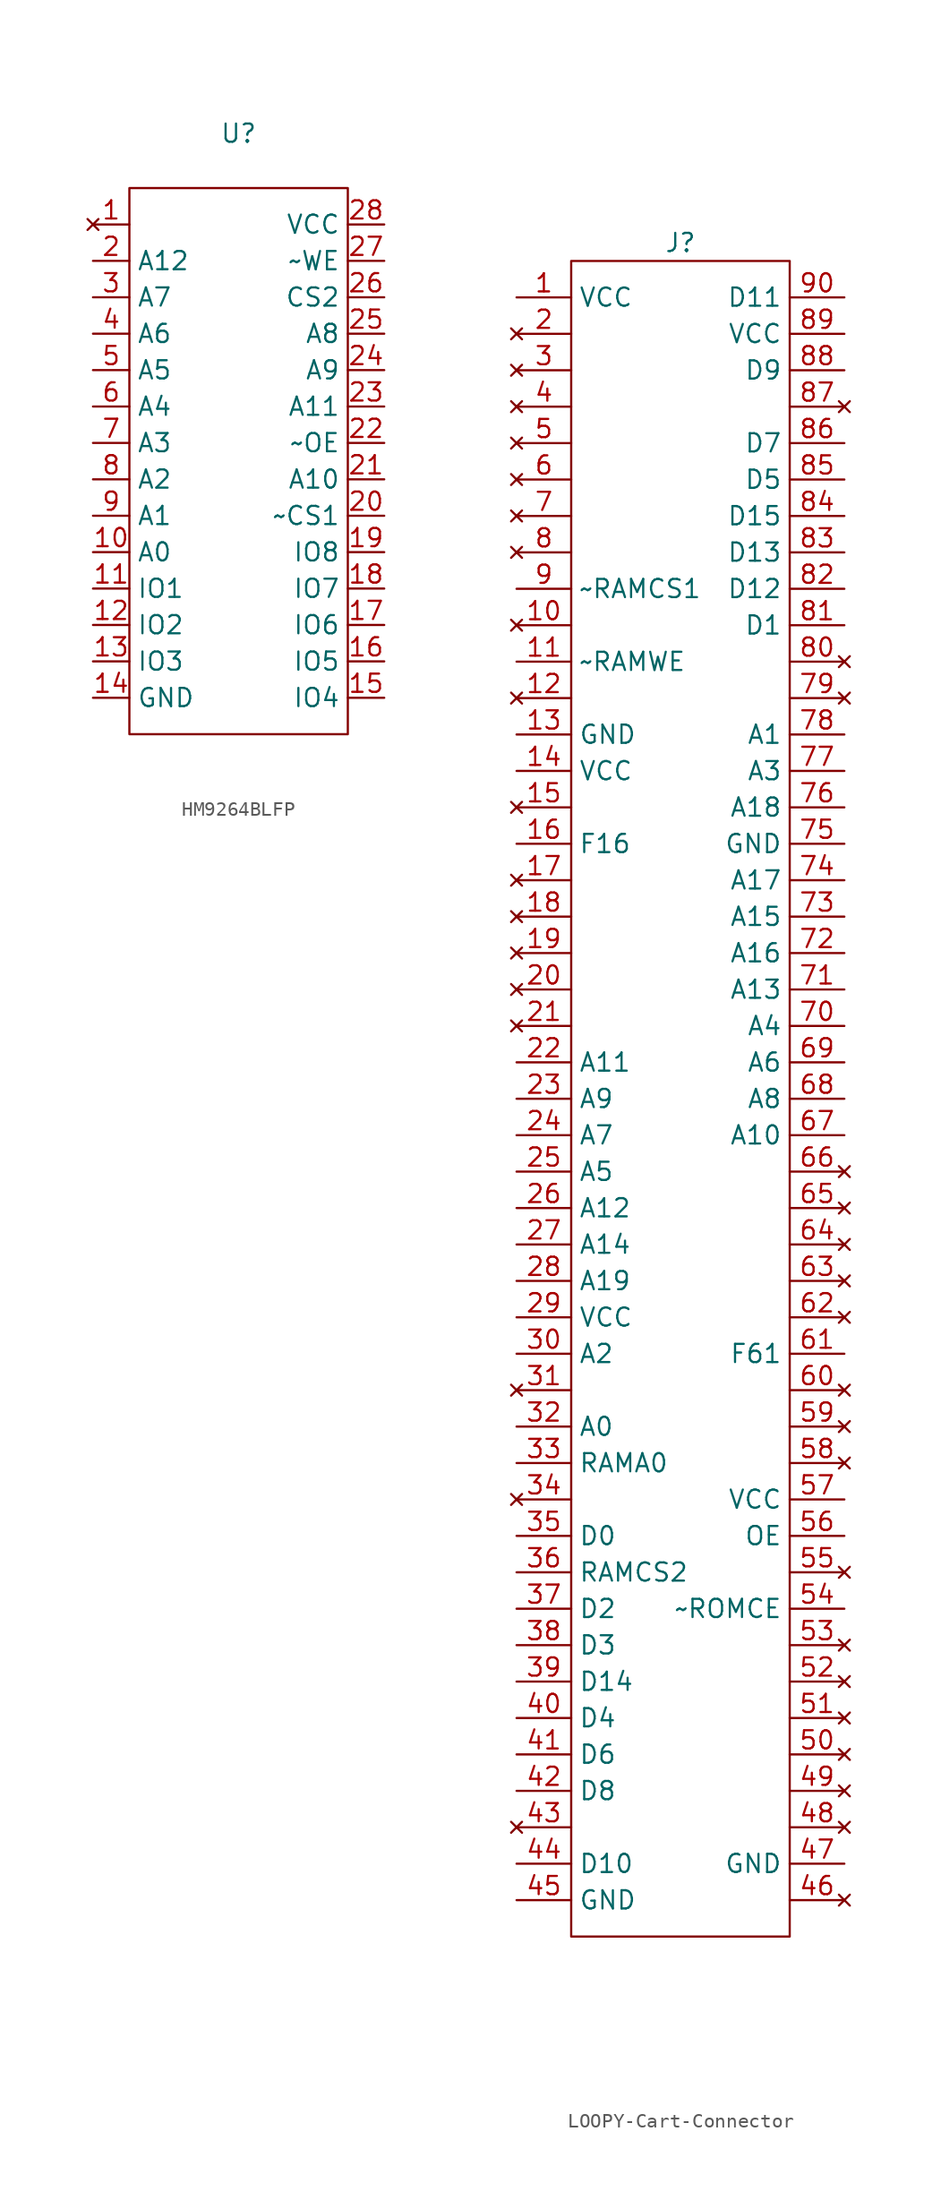
<source format=kicad_sym>
(kicad_symbol_lib
  (version 20220914)
  (generator kicad_symbol_editor)
  (symbol "HM9264BLFP"
    (property "Reference" "U"
      (at 0 3.81 0)
      (effects (font (size 1.27 1.27))))
    (property "Value" ""
      (at -7.62 0 0)
      (effects (font (size 1.27 1.27))))
    (symbol "HM9264BLFP_0_1"
      (rectangle (start -7.62 0) (end 7.62 -38.1) (stroke (width 0) (type default)) (fill (type none))))
    (symbol "HM9264BLFP_1_1"
      (pin no_connect line (at -10.16 -2.54 0) (length 2.54) (name "" (effects (font (size 1.27 1.27)))) (number "1" (effects (font (size 1.27 1.27)))))
      (pin input line (at -10.16 -25.4 0) (length 2.54) (name "A0" (effects (font (size 1.27 1.27)))) (number "10" (effects (font (size 1.27 1.27)))))
      (pin bidirectional line (at -10.16 -27.94 0) (length 2.54) (name "IO1" (effects (font (size 1.27 1.27)))) (number "11" (effects (font (size 1.27 1.27)))))
      (pin bidirectional line (at -10.16 -30.48 0) (length 2.54) (name "IO2" (effects (font (size 1.27 1.27)))) (number "12" (effects (font (size 1.27 1.27)))))
      (pin bidirectional line (at -10.16 -33.02 0) (length 2.54) (name "IO3" (effects (font (size 1.27 1.27)))) (number "13" (effects (font (size 1.27 1.27)))))
      (pin passive line (at -10.16 -35.56 0) (length 2.54) (name "GND" (effects (font (size 1.27 1.27)))) (number "14" (effects (font (size 1.27 1.27)))))
      (pin bidirectional line (at 10.16 -35.56 180) (length 2.54) (name "IO4" (effects (font (size 1.27 1.27)))) (number "15" (effects (font (size 1.27 1.27)))))
      (pin bidirectional line (at 10.16 -33.02 180) (length 2.54) (name "IO5" (effects (font (size 1.27 1.27)))) (number "16" (effects (font (size 1.27 1.27)))))
      (pin bidirectional line (at 10.16 -30.48 180) (length 2.54) (name "IO6" (effects (font (size 1.27 1.27)))) (number "17" (effects (font (size 1.27 1.27)))))
      (pin bidirectional line (at 10.16 -27.94 180) (length 2.54) (name "IO7" (effects (font (size 1.27 1.27)))) (number "18" (effects (font (size 1.27 1.27)))))
      (pin bidirectional line (at 10.16 -25.4 180) (length 2.54) (name "IO8" (effects (font (size 1.27 1.27)))) (number "19" (effects (font (size 1.27 1.27)))))
      (pin input line (at -10.16 -5.08 0) (length 2.54) (name "A12" (effects (font (size 1.27 1.27)))) (number "2" (effects (font (size 1.27 1.27)))))
      (pin input line (at 10.16 -22.86 180) (length 2.54) (name "~CS1" (effects (font (size 1.27 1.27)))) (number "20" (effects (font (size 1.27 1.27)))))
      (pin input line (at 10.16 -20.32 180) (length 2.54) (name "A10" (effects (font (size 1.27 1.27)))) (number "21" (effects (font (size 1.27 1.27)))))
      (pin input line (at 10.16 -17.78 180) (length 2.54) (name "~OE" (effects (font (size 1.27 1.27)))) (number "22" (effects (font (size 1.27 1.27)))))
      (pin input line (at 10.16 -15.24 180) (length 2.54) (name "A11" (effects (font (size 1.27 1.27)))) (number "23" (effects (font (size 1.27 1.27)))))
      (pin input line (at 10.16 -12.7 180) (length 2.54) (name "A9" (effects (font (size 1.27 1.27)))) (number "24" (effects (font (size 1.27 1.27)))))
      (pin input line (at 10.16 -10.16 180) (length 2.54) (name "A8" (effects (font (size 1.27 1.27)))) (number "25" (effects (font (size 1.27 1.27)))))
      (pin input line (at 10.16 -7.62 180) (length 2.54) (name "CS2" (effects (font (size 1.27 1.27)))) (number "26" (effects (font (size 1.27 1.27)))))
      (pin input line (at 10.16 -5.08 180) (length 2.54) (name "~WE" (effects (font (size 1.27 1.27)))) (number "27" (effects (font (size 1.27 1.27)))))
      (pin passive line (at 10.16 -2.54 180) (length 2.54) (name "VCC" (effects (font (size 1.27 1.27)))) (number "28" (effects (font (size 1.27 1.27)))))
      (pin input line (at -10.16 -7.62 0) (length 2.54) (name "A7" (effects (font (size 1.27 1.27)))) (number "3" (effects (font (size 1.27 1.27)))))
      (pin input line (at -10.16 -10.16 0) (length 2.54) (name "A6" (effects (font (size 1.27 1.27)))) (number "4" (effects (font (size 1.27 1.27)))))
      (pin input line (at -10.16 -12.7 0) (length 2.54) (name "A5" (effects (font (size 1.27 1.27)))) (number "5" (effects (font (size 1.27 1.27)))))
      (pin input line (at -10.16 -15.24 0) (length 2.54) (name "A4" (effects (font (size 1.27 1.27)))) (number "6" (effects (font (size 1.27 1.27)))))
      (pin input line (at -10.16 -17.78 0) (length 2.54) (name "A3" (effects (font (size 1.27 1.27)))) (number "7" (effects (font (size 1.27 1.27)))))
      (pin input line (at -10.16 -20.32 0) (length 2.54) (name "A2" (effects (font (size 1.27 1.27)))) (number "8" (effects (font (size 1.27 1.27)))))
      (pin input line (at -10.16 -22.86 0) (length 2.54) (name "A1" (effects (font (size 1.27 1.27)))) (number "9" (effects (font (size 1.27 1.27)))))))
  (symbol "LOOPY-Cart-Connector"
    (property "Reference" "J"
      (at 0 1.27 0)
      (effects (font (size 1.27 1.27))))
    (property "Value" ""
      (at 0 0 0)
      (effects (font (size 1.27 1.27))))
    (symbol "LOOPY-Cart-Connector_0_1"
      (rectangle (start -7.62 0) (end 7.62 -116.84) (stroke (width 0) (type default)) (fill (type none))))
    (symbol "LOOPY-Cart-Connector_1_1"
      (pin power_in line (at -11.43 -2.54 0) (length 3.81) (name "VCC" (effects (font (size 1.27 1.27)))) (number "1" (effects (font (size 1.27 1.27)))))
      (pin no_connect line (at -11.43 -25.4 0) (length 3.81) (name "" (effects (font (size 1.27 1.27)))) (number "10" (effects (font (size 1.27 1.27)))))
      (pin output line (at -11.43 -27.94 0) (length 3.81) (name "~RAMWE" (effects (font (size 1.27 1.27)))) (number "11" (effects (font (size 1.27 1.27)))))
      (pin no_connect line (at -11.43 -30.48 0) (length 3.81) (name "" (effects (font (size 1.27 1.27)))) (number "12" (effects (font (size 1.27 1.27)))))
      (pin power_in line (at -11.43 -33.02 0) (length 3.81) (name "GND" (effects (font (size 1.27 1.27)))) (number "13" (effects (font (size 1.27 1.27)))))
      (pin power_in line (at -11.43 -35.56 0) (length 3.81) (name "VCC" (effects (font (size 1.27 1.27)))) (number "14" (effects (font (size 1.27 1.27)))))
      (pin no_connect line (at -11.43 -38.1 0) (length 3.81) (name "" (effects (font (size 1.27 1.27)))) (number "15" (effects (font (size 1.27 1.27)))))
      (pin passive line (at -11.43 -40.64 0) (length 3.81) (name "F16" (effects (font (size 1.27 1.27)))) (number "16" (effects (font (size 1.27 1.27)))))
      (pin no_connect line (at -11.43 -43.18 0) (length 3.81) (name "" (effects (font (size 1.27 1.27)))) (number "17" (effects (font (size 1.27 1.27)))))
      (pin no_connect line (at -11.43 -45.72 0) (length 3.81) (name "" (effects (font (size 1.27 1.27)))) (number "18" (effects (font (size 1.27 1.27)))))
      (pin no_connect line (at -11.43 -48.26 0) (length 3.81) (name "" (effects (font (size 1.27 1.27)))) (number "19" (effects (font (size 1.27 1.27)))))
      (pin no_connect line (at -11.43 -5.08 0) (length 3.81) (name "" (effects (font (size 1.27 1.27)))) (number "2" (effects (font (size 1.27 1.27)))))
      (pin no_connect line (at -11.43 -50.8 0) (length 3.81) (name "" (effects (font (size 1.27 1.27)))) (number "20" (effects (font (size 1.27 1.27)))))
      (pin no_connect line (at -11.43 -53.34 0) (length 3.81) (name "" (effects (font (size 1.27 1.27)))) (number "21" (effects (font (size 1.27 1.27)))))
      (pin bidirectional line (at -11.43 -55.88 0) (length 3.81) (name "A11" (effects (font (size 1.27 1.27)))) (number "22" (effects (font (size 1.27 1.27)))))
      (pin bidirectional line (at -11.43 -58.42 0) (length 3.81) (name "A9" (effects (font (size 1.27 1.27)))) (number "23" (effects (font (size 1.27 1.27)))))
      (pin bidirectional line (at -11.43 -60.96 0) (length 3.81) (name "A7" (effects (font (size 1.27 1.27)))) (number "24" (effects (font (size 1.27 1.27)))))
      (pin bidirectional line (at -11.43 -63.5 0) (length 3.81) (name "A5" (effects (font (size 1.27 1.27)))) (number "25" (effects (font (size 1.27 1.27)))))
      (pin bidirectional line (at -11.43 -66.04 0) (length 3.81) (name "A12" (effects (font (size 1.27 1.27)))) (number "26" (effects (font (size 1.27 1.27)))))
      (pin bidirectional line (at -11.43 -68.58 0) (length 3.81) (name "A14" (effects (font (size 1.27 1.27)))) (number "27" (effects (font (size 1.27 1.27)))))
      (pin bidirectional line (at -11.43 -71.12 0) (length 3.81) (name "A19" (effects (font (size 1.27 1.27)))) (number "28" (effects (font (size 1.27 1.27)))))
      (pin power_out line (at -11.43 -73.66 0) (length 3.81) (name "VCC" (effects (font (size 1.27 1.27)))) (number "29" (effects (font (size 1.27 1.27)))))
      (pin no_connect line (at -11.43 -7.62 0) (length 3.81) (name "" (effects (font (size 1.27 1.27)))) (number "3" (effects (font (size 1.27 1.27)))))
      (pin bidirectional line (at -11.43 -76.2 0) (length 3.81) (name "A2" (effects (font (size 1.27 1.27)))) (number "30" (effects (font (size 1.27 1.27)))))
      (pin no_connect line (at -11.43 -78.74 0) (length 3.81) (name "" (effects (font (size 1.27 1.27)))) (number "31" (effects (font (size 1.27 1.27)))))
      (pin bidirectional line (at -11.43 -81.28 0) (length 3.81) (name "A0" (effects (font (size 1.27 1.27)))) (number "32" (effects (font (size 1.27 1.27)))))
      (pin bidirectional line (at -11.43 -83.82 0) (length 3.81) (name "RAMA0" (effects (font (size 1.27 1.27)))) (number "33" (effects (font (size 1.27 1.27)))))
      (pin no_connect line (at -11.43 -86.36 0) (length 3.81) (name "" (effects (font (size 1.27 1.27)))) (number "34" (effects (font (size 1.27 1.27)))))
      (pin bidirectional line (at -11.43 -88.9 0) (length 3.81) (name "D0" (effects (font (size 1.27 1.27)))) (number "35" (effects (font (size 1.27 1.27)))))
      (pin output line (at -11.43 -91.44 0) (length 3.81) (name "RAMCS2" (effects (font (size 1.27 1.27)))) (number "36" (effects (font (size 1.27 1.27)))))
      (pin bidirectional line (at -11.43 -93.98 0) (length 3.81) (name "D2" (effects (font (size 1.27 1.27)))) (number "37" (effects (font (size 1.27 1.27)))))
      (pin bidirectional line (at -11.43 -96.52 0) (length 3.81) (name "D3" (effects (font (size 1.27 1.27)))) (number "38" (effects (font (size 1.27 1.27)))))
      (pin bidirectional line (at -11.43 -99.06 0) (length 3.81) (name "D14" (effects (font (size 1.27 1.27)))) (number "39" (effects (font (size 1.27 1.27)))))
      (pin no_connect line (at -11.43 -10.16 0) (length 3.81) (name "" (effects (font (size 1.27 1.27)))) (number "4" (effects (font (size 1.27 1.27)))))
      (pin bidirectional line (at -11.43 -101.6 0) (length 3.81) (name "D4" (effects (font (size 1.27 1.27)))) (number "40" (effects (font (size 1.27 1.27)))))
      (pin bidirectional line (at -11.43 -104.14 0) (length 3.81) (name "D6" (effects (font (size 1.27 1.27)))) (number "41" (effects (font (size 1.27 1.27)))))
      (pin bidirectional line (at -11.43 -106.68 0) (length 3.81) (name "D8" (effects (font (size 1.27 1.27)))) (number "42" (effects (font (size 1.27 1.27)))))
      (pin no_connect line (at -11.43 -109.22 0) (length 3.81) (name "" (effects (font (size 1.27 1.27)))) (number "43" (effects (font (size 1.27 1.27)))))
      (pin bidirectional line (at -11.43 -111.76 0) (length 3.81) (name "D10" (effects (font (size 1.27 1.27)))) (number "44" (effects (font (size 1.27 1.27)))))
      (pin power_in line (at -11.43 -114.3 0) (length 3.81) (name "GND" (effects (font (size 1.27 1.27)))) (number "45" (effects (font (size 1.27 1.27)))))
      (pin no_connect line (at 11.43 -114.3 180) (length 3.81) (name "" (effects (font (size 1.27 1.27)))) (number "46" (effects (font (size 1.27 1.27)))))
      (pin power_in line (at 11.43 -111.76 180) (length 3.81) (name "GND" (effects (font (size 1.27 1.27)))) (number "47" (effects (font (size 1.27 1.27)))))
      (pin no_connect line (at 11.43 -109.22 180) (length 3.81) (name "" (effects (font (size 1.27 1.27)))) (number "48" (effects (font (size 1.27 1.27)))))
      (pin no_connect line (at 11.43 -106.68 180) (length 3.81) (name "" (effects (font (size 1.27 1.27)))) (number "49" (effects (font (size 1.27 1.27)))))
      (pin no_connect line (at -11.43 -12.7 0) (length 3.81) (name "" (effects (font (size 1.27 1.27)))) (number "5" (effects (font (size 1.27 1.27)))))
      (pin no_connect line (at 11.43 -104.14 180) (length 3.81) (name "" (effects (font (size 1.27 1.27)))) (number "50" (effects (font (size 1.27 1.27)))))
      (pin no_connect line (at 11.43 -101.6 180) (length 3.81) (name "" (effects (font (size 1.27 1.27)))) (number "51" (effects (font (size 1.27 1.27)))))
      (pin no_connect line (at 11.43 -99.06 180) (length 3.81) (name "" (effects (font (size 1.27 1.27)))) (number "52" (effects (font (size 1.27 1.27)))))
      (pin no_connect line (at 11.43 -96.52 180) (length 3.81) (name "" (effects (font (size 1.27 1.27)))) (number "53" (effects (font (size 1.27 1.27)))))
      (pin output line (at 11.43 -93.98 180) (length 3.81) (name "~ROMCE" (effects (font (size 1.27 1.27)))) (number "54" (effects (font (size 1.27 1.27)))))
      (pin no_connect line (at 11.43 -91.44 180) (length 3.81) (name "" (effects (font (size 1.27 1.27)))) (number "55" (effects (font (size 1.27 1.27)))))
      (pin passive line (at 11.43 -88.9 180) (length 3.81) (name "OE" (effects (font (size 1.27 1.27)))) (number "56" (effects (font (size 1.27 1.27)))))
      (pin power_in line (at 11.43 -86.36 180) (length 3.81) (name "VCC" (effects (font (size 1.27 1.27)))) (number "57" (effects (font (size 1.27 1.27)))))
      (pin no_connect line (at 11.43 -83.82 180) (length 3.81) (name "" (effects (font (size 1.27 1.27)))) (number "58" (effects (font (size 1.27 1.27)))))
      (pin no_connect line (at 11.43 -81.28 180) (length 3.81) (name "" (effects (font (size 1.27 1.27)))) (number "59" (effects (font (size 1.27 1.27)))))
      (pin no_connect line (at -11.43 -15.24 0) (length 3.81) (name "" (effects (font (size 1.27 1.27)))) (number "6" (effects (font (size 1.27 1.27)))))
      (pin no_connect line (at 11.43 -78.74 180) (length 3.81) (name "" (effects (font (size 1.27 1.27)))) (number "60" (effects (font (size 1.27 1.27)))))
      (pin passive line (at 11.43 -76.2 180) (length 3.81) (name "F61" (effects (font (size 1.27 1.27)))) (number "61" (effects (font (size 1.27 1.27)))))
      (pin no_connect line (at 11.43 -73.66 180) (length 3.81) (name "" (effects (font (size 1.27 1.27)))) (number "62" (effects (font (size 1.27 1.27)))))
      (pin no_connect line (at 11.43 -71.12 180) (length 3.81) (name "" (effects (font (size 1.27 1.27)))) (number "63" (effects (font (size 1.27 1.27)))))
      (pin no_connect line (at 11.43 -68.58 180) (length 3.81) (name "" (effects (font (size 1.27 1.27)))) (number "64" (effects (font (size 1.27 1.27)))))
      (pin no_connect line (at 11.43 -66.04 180) (length 3.81) (name "" (effects (font (size 1.27 1.27)))) (number "65" (effects (font (size 1.27 1.27)))))
      (pin no_connect line (at 11.43 -63.5 180) (length 3.81) (name "" (effects (font (size 1.27 1.27)))) (number "66" (effects (font (size 1.27 1.27)))))
      (pin bidirectional line (at 11.43 -60.96 180) (length 3.81) (name "A10" (effects (font (size 1.27 1.27)))) (number "67" (effects (font (size 1.27 1.27)))))
      (pin bidirectional line (at 11.43 -58.42 180) (length 3.81) (name "A8" (effects (font (size 1.27 1.27)))) (number "68" (effects (font (size 1.27 1.27)))))
      (pin bidirectional line (at 11.43 -55.88 180) (length 3.81) (name "A6" (effects (font (size 1.27 1.27)))) (number "69" (effects (font (size 1.27 1.27)))))
      (pin no_connect line (at -11.43 -17.78 0) (length 3.81) (name "" (effects (font (size 1.27 1.27)))) (number "7" (effects (font (size 1.27 1.27)))))
      (pin bidirectional line (at 11.43 -53.34 180) (length 3.81) (name "A4" (effects (font (size 1.27 1.27)))) (number "70" (effects (font (size 1.27 1.27)))))
      (pin bidirectional line (at 11.43 -50.8 180) (length 3.81) (name "A13" (effects (font (size 1.27 1.27)))) (number "71" (effects (font (size 1.27 1.27)))))
      (pin bidirectional line (at 11.43 -48.26 180) (length 3.81) (name "A16" (effects (font (size 1.27 1.27)))) (number "72" (effects (font (size 1.27 1.27)))))
      (pin bidirectional line (at 11.43 -45.72 180) (length 3.81) (name "A15" (effects (font (size 1.27 1.27)))) (number "73" (effects (font (size 1.27 1.27)))))
      (pin bidirectional line (at 11.43 -43.18 180) (length 3.81) (name "A17" (effects (font (size 1.27 1.27)))) (number "74" (effects (font (size 1.27 1.27)))))
      (pin power_in line (at 11.43 -40.64 180) (length 3.81) (name "GND" (effects (font (size 1.27 1.27)))) (number "75" (effects (font (size 1.27 1.27)))))
      (pin bidirectional line (at 11.43 -38.1 180) (length 3.81) (name "A18" (effects (font (size 1.27 1.27)))) (number "76" (effects (font (size 1.27 1.27)))))
      (pin bidirectional line (at 11.43 -35.56 180) (length 3.81) (name "A3" (effects (font (size 1.27 1.27)))) (number "77" (effects (font (size 1.27 1.27)))))
      (pin bidirectional line (at 11.43 -33.02 180) (length 3.81) (name "A1" (effects (font (size 1.27 1.27)))) (number "78" (effects (font (size 1.27 1.27)))))
      (pin no_connect line (at 11.43 -30.48 180) (length 3.81) (name "" (effects (font (size 1.27 1.27)))) (number "79" (effects (font (size 1.27 1.27)))))
      (pin no_connect line (at -11.43 -20.32 0) (length 3.81) (name "" (effects (font (size 1.27 1.27)))) (number "8" (effects (font (size 1.27 1.27)))))
      (pin no_connect line (at 11.43 -27.94 180) (length 3.81) (name "" (effects (font (size 1.27 1.27)))) (number "80" (effects (font (size 1.27 1.27)))))
      (pin bidirectional line (at 11.43 -25.4 180) (length 3.81) (name "D1" (effects (font (size 1.27 1.27)))) (number "81" (effects (font (size 1.27 1.27)))))
      (pin bidirectional line (at 11.43 -22.86 180) (length 3.81) (name "D12" (effects (font (size 1.27 1.27)))) (number "82" (effects (font (size 1.27 1.27)))))
      (pin bidirectional line (at 11.43 -20.32 180) (length 3.81) (name "D13" (effects (font (size 1.27 1.27)))) (number "83" (effects (font (size 1.27 1.27)))))
      (pin bidirectional line (at 11.43 -17.78 180) (length 3.81) (name "D15" (effects (font (size 1.27 1.27)))) (number "84" (effects (font (size 1.27 1.27)))))
      (pin bidirectional line (at 11.43 -15.24 180) (length 3.81) (name "D5" (effects (font (size 1.27 1.27)))) (number "85" (effects (font (size 1.27 1.27)))))
      (pin bidirectional line (at 11.43 -12.7 180) (length 3.81) (name "D7" (effects (font (size 1.27 1.27)))) (number "86" (effects (font (size 1.27 1.27)))))
      (pin no_connect line (at 11.43 -10.16 180) (length 3.81) (name "" (effects (font (size 1.27 1.27)))) (number "87" (effects (font (size 1.27 1.27)))))
      (pin bidirectional line (at 11.43 -7.62 180) (length 3.81) (name "D9" (effects (font (size 1.27 1.27)))) (number "88" (effects (font (size 1.27 1.27)))))
      (pin power_in line (at 11.43 -5.08 180) (length 3.81) (name "VCC" (effects (font (size 1.27 1.27)))) (number "89" (effects (font (size 1.27 1.27)))))
      (pin output line (at -11.43 -22.86 0) (length 3.81) (name "~RAMCS1" (effects (font (size 1.27 1.27)))) (number "9" (effects (font (size 1.27 1.27)))))
      (pin bidirectional line (at 11.43 -2.54 180) (length 3.81) (name "D11" (effects (font (size 1.27 1.27)))) (number "90" (effects (font (size 1.27 1.27))))))))
</source>
